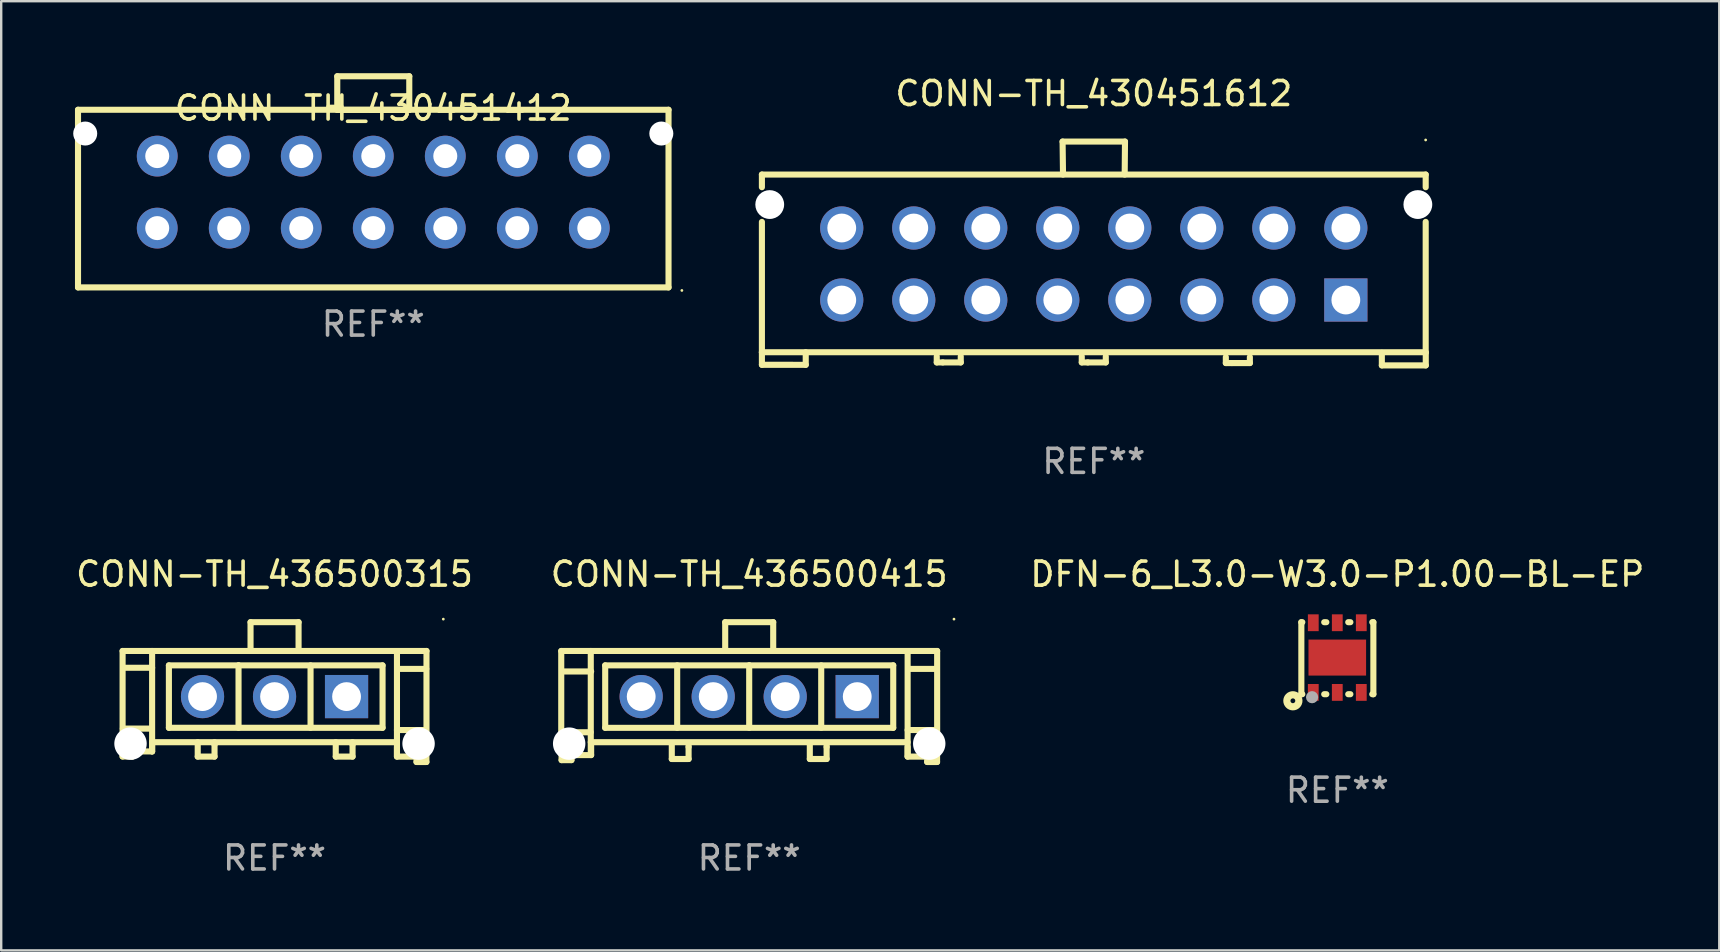
<source format=kicad_pcb>
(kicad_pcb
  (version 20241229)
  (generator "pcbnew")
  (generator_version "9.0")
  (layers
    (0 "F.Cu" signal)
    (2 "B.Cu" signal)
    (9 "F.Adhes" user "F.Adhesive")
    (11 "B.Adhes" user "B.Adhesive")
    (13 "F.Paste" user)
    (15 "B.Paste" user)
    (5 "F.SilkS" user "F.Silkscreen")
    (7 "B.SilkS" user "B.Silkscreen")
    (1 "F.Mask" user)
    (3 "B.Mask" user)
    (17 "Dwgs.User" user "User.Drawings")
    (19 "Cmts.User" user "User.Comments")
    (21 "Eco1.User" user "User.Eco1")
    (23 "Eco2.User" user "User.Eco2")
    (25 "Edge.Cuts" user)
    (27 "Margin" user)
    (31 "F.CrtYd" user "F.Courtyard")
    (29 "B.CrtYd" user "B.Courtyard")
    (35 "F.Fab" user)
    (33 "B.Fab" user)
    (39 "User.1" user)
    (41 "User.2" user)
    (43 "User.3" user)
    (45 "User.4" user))
  (footprint "CONN-TH_430451612"
    (layer "F.Cu")
    (at 42.516 7.948)
    (property "Reference" "CONN-TH_430451612" (at 0.002 -7.1 0) (layer "F.SilkS") (effects (font (size 1 1) (thickness 0.15))))
    (attr through_hole)
    (fp_line (start -13.826 -3.726) (end 13.827 -3.726) (stroke (width 0.254) (type solid)) (layer "F.SilkS"))
    (fp_line (start -13.826 -3.726) (end -13.826 -3.199) (stroke (width 0.254) (type solid)) (layer "F.SilkS"))
    (fp_line (start -13.826 -1.754) (end -13.826 3.676) (stroke (width 0.254) (type solid)) (layer "F.SilkS"))
    (fp_line (start -13.826 3.676) (end -13.826 4.199) (stroke (width 0.254) (type solid)) (layer "F.SilkS"))
    (fp_line (start -13.826 4.199) (end -12 4.2) (stroke (width 0.254) (type solid)) (layer "F.SilkS"))
    (fp_line (start -12 4.2) (end -12 3.676) (stroke (width 0.254) (type solid)) (layer "F.SilkS"))
    (fp_line (start -6.542 3.849) (end -6.542 4.1) (stroke (width 0.254) (type solid)) (layer "F.SilkS"))
    (fp_line (start -6.542 4.1) (end -6.291 4.1) (stroke (width 0.254) (type solid)) (layer "F.SilkS"))
    (fp_line (start -6.291 4.1) (end -5.542 4.1) (stroke (width 0.254) (type solid)) (layer "F.SilkS"))
    (fp_line (start -5.542 4.1) (end -5.542 3.849) (stroke (width 0.254) (type solid)) (layer "F.SilkS"))
    (fp_line (start -1.3 -5.1) (end 1.3 -5.1) (stroke (width 0.254) (type solid)) (layer "F.SilkS"))
    (fp_line (start -1.282 -3.726) (end -1.3 -5.1) (stroke (width 0.254) (type solid)) (layer "F.SilkS"))
    (fp_line (start -0.501 3.849) (end -0.501 4.1) (stroke (width 0.254) (type solid)) (layer "F.SilkS"))
    (fp_line (start -0.501 4.1) (end -0.249 4.1) (stroke (width 0.254) (type solid)) (layer "F.SilkS"))
    (fp_line (start -0.249 4.1) (end 0.5 4.1) (stroke (width 0.254) (type solid)) (layer "F.SilkS"))
    (fp_line (start 0.5 4.1) (end 0.5 3.849) (stroke (width 0.254) (type solid)) (layer "F.SilkS"))
    (fp_line (start 1.3 -5.1) (end 1.287 -3.726) (stroke (width 0.254) (type solid)) (layer "F.SilkS"))
    (fp_line (start 5.501 3.876) (end 5.501 4.127) (stroke (width 0.254) (type solid)) (layer "F.SilkS"))
    (fp_line (start 5.501 4.127) (end 5.752 4.127) (stroke (width 0.254) (type solid)) (layer "F.SilkS"))
    (fp_line (start 5.752 4.127) (end 6.502 4.127) (stroke (width 0.254) (type solid)) (layer "F.SilkS"))
    (fp_line (start 6.502 4.127) (end 6.502 3.876) (stroke (width 0.254) (type solid)) (layer "F.SilkS"))
    (fp_line (start 12 3.7) (end 12 4.224) (stroke (width 0.254) (type solid)) (layer "F.SilkS"))
    (fp_line (start 12 4.224) (end 13.83 4.224) (stroke (width 0.254) (type solid)) (layer "F.SilkS"))
    (fp_line (start 13.827 -3.726) (end 13.827 -3.198) (stroke (width 0.254) (type solid)) (layer "F.SilkS"))
    (fp_line (start 13.827 -1.755) (end 13.827 3.7) (stroke (width 0.254) (type solid)) (layer "F.SilkS"))
    (fp_line (start 13.827 3.676) (end -13.826 3.676) (stroke (width 0.254) (type solid)) (layer "F.SilkS"))
    (fp_line (start 13.83 4.224) (end 13.83 3.7) (stroke (width 0.254) (type solid)) (layer "F.SilkS"))
    (fp_circle (center 13.825 -5.167) (end 13.855 -5.167) (stroke (width 0.06) (type solid)) (fill no) (layer "F.SilkS"))
    (fp_circle (center -13.5 -2.477) (end -13.25 -2.477) (stroke (width 0.5) (type solid)) (fill no) (layer "F.Fab"))
    (fp_circle (center 13.5 -2.477) (end 13.75 -2.477) (stroke (width 0.5) (type solid)) (fill no) (layer "F.Fab"))
    (fp_text user "REF**" (at 0.002 8.224 0) (layer "F.Fab") (effects (font (size 1 1) (thickness 0.15))))
    (pad "" np_thru_hole circle (at -13.5 -2.477) (size 1.2 1.2) (drill 1.2) (layers "*.Cu" "*.Mask"))
    (pad "" np_thru_hole circle (at 13.5 -2.477) (size 1.2 1.2) (drill 1.2) (layers "*.Cu" "*.Mask"))
    (pad "1" thru_hole rect (at 10.5 1.5) (size 1.8 1.8) (drill 1.2) (layers "*.Cu" "*.Mask"))
    (pad "2" thru_hole circle (at 7.5 1.5) (size 1.8 1.8) (drill 1.2) (layers "*.Cu" "*.Mask"))
    (pad "3" thru_hole circle (at 4.5 1.5) (size 1.8 1.8) (drill 1.2) (layers "*.Cu" "*.Mask"))
    (pad "4" thru_hole circle (at 1.5 1.5) (size 1.8 1.8) (drill 1.2) (layers "*.Cu" "*.Mask"))
    (pad "5" thru_hole circle (at -1.5 1.5) (size 1.8 1.8) (drill 1.2) (layers "*.Cu" "*.Mask"))
    (pad "6" thru_hole circle (at -4.5 1.5) (size 1.8 1.8) (drill 1.2) (layers "*.Cu" "*.Mask"))
    (pad "7" thru_hole circle (at -7.5 1.5) (size 1.8 1.8) (drill 1.2) (layers "*.Cu" "*.Mask"))
    (pad "8" thru_hole circle (at -10.5 1.5) (size 1.8 1.8) (drill 1.2) (layers "*.Cu" "*.Mask"))
    (pad "9" thru_hole circle (at 10.5 -1.5) (size 1.8 1.8) (drill 1.2) (layers "*.Cu" "*.Mask"))
    (pad "10" thru_hole circle (at 7.5 -1.5) (size 1.8 1.8) (drill 1.2) (layers "*.Cu" "*.Mask"))
    (pad "11" thru_hole circle (at 4.5 -1.5) (size 1.8 1.8) (drill 1.2) (layers "*.Cu" "*.Mask"))
    (pad "12" thru_hole circle (at 1.5 -1.5) (size 1.8 1.8) (drill 1.2) (layers "*.Cu" "*.Mask"))
    (pad "13" thru_hole circle (at -1.5 -1.5) (size 1.8 1.8) (drill 1.2) (layers "*.Cu" "*.Mask"))
    (pad "14" thru_hole circle (at -4.5 -1.5) (size 1.8 1.8) (drill 1.2) (layers "*.Cu" "*.Mask"))
    (pad "15" thru_hole circle (at -7.5 -1.5) (size 1.8 1.8) (drill 1.2) (layers "*.Cu" "*.Mask"))
    (pad "16" thru_hole circle (at -10.5 -1.5) (size 1.8 1.8) (drill 1.2) (layers "*.Cu" "*.Mask")))
  (footprint "CONN-TH_436500415"
    (layer "F.Cu")
    (at 28.161 25.969)
    (property "Reference" "CONN-TH_436500415" (at -0.000114 -5.1 0) (layer "F.SilkS") (effects (font (size 1 1) (thickness 0.15))))
    (attr through_hole)
    (fp_line (start -7.83 -1.9) (end -7.83 1.86) (stroke (width 0.254) (type solid)) (layer "F.SilkS"))
    (fp_line (start -7.816 2.017) (end -7.816 2.647) (stroke (width 0.254) (type solid)) (layer "F.SilkS"))
    (fp_line (start -7.816 2.647) (end -7.405 2.647) (stroke (width 0.254) (type solid)) (layer "F.SilkS"))
    (fp_line (start -7.815 2.008) (end -7.385 2.437) (stroke (width 0.254) (type solid)) (layer "F.SilkS"))
    (fp_line (start -7.806 1.486) (end -6.605 1.486) (stroke (width 0.254) (type solid)) (layer "F.SilkS"))
    (fp_line (start -7.785 -1.047) (end -6.584 -1.047) (stroke (width 0.254) (type solid)) (layer "F.SilkS"))
    (fp_line (start -7.405 2.647) (end -7.405 2.417) (stroke (width 0.254) (type solid)) (layer "F.SilkS"))
    (fp_line (start -7.385 2.437) (end -6.585 2.437) (stroke (width 0.254) (type solid)) (layer "F.SilkS"))
    (fp_line (start -6.6 -1.9) (end -6.6 2.285) (stroke (width 0.254) (type solid)) (layer "F.SilkS"))
    (fp_line (start -6.6 1.9) (end 6.6 1.9) (stroke (width 0.254) (type solid)) (layer "F.SilkS"))
    (fp_line (start -6.585 2.437) (end -6.585 2.037) (stroke (width 0.254) (type solid)) (layer "F.SilkS"))
    (fp_line (start -5.999 -1.301) (end 0.000102 -1.301) (stroke (width 0.254) (type solid)) (layer "F.SilkS"))
    (fp_line (start -5.999 1.301) (end -5.999 -1.301) (stroke (width 0.254) (type solid)) (layer "F.SilkS"))
    (fp_line (start -3.225 2) (end -3.225 2.6) (stroke (width 0.254) (type solid)) (layer "F.SilkS"))
    (fp_line (start -3.225 2.6) (end -2.525 2.6) (stroke (width 0.254) (type solid)) (layer "F.SilkS"))
    (fp_line (start -3 -1.3) (end -3 1.3) (stroke (width 0.254) (type solid)) (layer "F.SilkS"))
    (fp_line (start -2.525 2.1) (end -2.525 2) (stroke (width 0.254) (type solid)) (layer "F.SilkS"))
    (fp_line (start -2.525 2.6) (end -2.525 2.1) (stroke (width 0.254) (type solid)) (layer "F.SilkS"))
    (fp_line (start -1 -1.9) (end -1 -3.099) (stroke (width 0.254) (type solid)) (layer "F.SilkS"))
    (fp_line (start -1 -3.1) (end 1 -3.1) (stroke (width 0.254) (type solid)) (layer "F.SilkS"))
    (fp_line (start -0.000076 -1.3) (end -0.000076 1.3) (stroke (width 0.254) (type solid)) (layer "F.SilkS"))
    (fp_line (start 0.000102 -1.301) (end 6 -1.301) (stroke (width 0.254) (type solid)) (layer "F.SilkS"))
    (fp_line (start 1 -3.1) (end 1 -1.9) (stroke (width 0.254) (type solid)) (layer "F.SilkS"))
    (fp_line (start 2.525 2) (end 2.525 2.6) (stroke (width 0.254) (type solid)) (layer "F.SilkS"))
    (fp_line (start 2.525 2.6) (end 3.225 2.6) (stroke (width 0.254) (type solid)) (layer "F.SilkS"))
    (fp_line (start 3 -1.3) (end 3 1.3) (stroke (width 0.254) (type solid)) (layer "F.SilkS"))
    (fp_line (start 3.225 2.1) (end 3.225 2) (stroke (width 0.254) (type solid)) (layer "F.SilkS"))
    (fp_line (start 3.225 2.6) (end 3.225 2.1) (stroke (width 0.254) (type solid)) (layer "F.SilkS"))
    (fp_line (start 6 -1.301) (end 6 1.301) (stroke (width 0.254) (type solid)) (layer "F.SilkS"))
    (fp_line (start 6 1.301) (end -5.999 1.301) (stroke (width 0.254) (type solid)) (layer "F.SilkS"))
    (fp_line (start 6.599 1.394) (end 7.8 1.394) (stroke (width 0.254) (type solid)) (layer "F.SilkS"))
    (fp_line (start 6.6 -1.885) (end 6.6 2.485) (stroke (width 0.254) (type solid)) (layer "F.SilkS"))
    (fp_line (start 6.6 2.5) (end 6.6 2.1) (stroke (width 0.254) (type solid)) (layer "F.SilkS"))
    (fp_line (start 6.619 -1.154) (end 7.821 -1.154) (stroke (width 0.254) (type solid)) (layer "F.SilkS"))
    (fp_line (start 7.4 2.5) (end 6.6 2.5) (stroke (width 0.254) (type solid)) (layer "F.SilkS"))
    (fp_line (start 7.415 2.725) (end 7.415 2.495) (stroke (width 0.254) (type solid)) (layer "F.SilkS"))
    (fp_line (start 7.826 2.095) (end 7.826 2.725) (stroke (width 0.254) (type solid)) (layer "F.SilkS"))
    (fp_line (start 7.826 2.725) (end 7.415 2.725) (stroke (width 0.254) (type solid)) (layer "F.SilkS"))
    (fp_line (start 7.83 -1.9) (end -7.83 -1.9) (stroke (width 0.254) (type solid)) (layer "F.SilkS"))
    (fp_line (start 7.83 2.06) (end 7.83 -1.9) (stroke (width 0.254) (type solid)) (layer "F.SilkS"))
    (fp_line (start 7.83 2.07) (end 7.4 2.5) (stroke (width 0.254) (type solid)) (layer "F.SilkS"))
    (fp_circle (center 8.531 -3.227) (end 8.561 -3.227) (stroke (width 0.06) (type solid)) (fill no) (layer "F.SilkS"))
    (fp_text user "REF**" (at -0.000114 6.725 0) (layer "F.Fab") (effects (font (size 1 1) (thickness 0.15))))
    (pad "" np_thru_hole circle (at -7.5 1.96) (size 1.35 1.35) (drill 1.35) (layers "*.Cu" "*.Mask"))
    (pad "" np_thru_hole circle (at 7.5 1.96) (size 1.35 1.35) (drill 1.35) (layers "*.Cu" "*.Mask"))
    (pad "1" thru_hole rect (at 4.5 0) (size 1.8 1.8) (drill 1.2) (layers "*.Cu" "*.Mask"))
    (pad "2" thru_hole circle (at 1.5 0) (size 1.8 1.8) (drill 1.2) (layers "*.Cu" "*.Mask"))
    (pad "3" thru_hole circle (at -1.5 0) (size 1.8 1.8) (drill 1.2) (layers "*.Cu" "*.Mask"))
    (pad "4" thru_hole circle (at -4.5 0) (size 1.8 1.8) (drill 1.2) (layers "*.Cu" "*.Mask")))
  (footprint "CONN-TH_430451412"
    (layer "F.Cu")
    (at 12.5 4.953)
    (property "Reference" "CONN-TH_430451412" (at 0 -3.5 0) (layer "F.SilkS") (effects (font (size 1 1) (thickness 0.15))))
    (attr through_hole)
    (fp_line (start -12.3 -3.43) (end -12.3 3.97) (stroke (width 0.254) (type solid)) (layer "F.SilkS"))
    (fp_line (start -12.3 3.97) (end 12.3 3.97) (stroke (width 0.254) (type solid)) (layer "F.SilkS"))
    (fp_line (start -1.5 -4.826) (end -1.5 -3.426) (stroke (width 0.254) (type solid)) (layer "F.SilkS"))
    (fp_line (start -1.5 -3.426) (end 1.5 -3.426) (stroke (width 0.254) (type solid)) (layer "F.SilkS"))
    (fp_line (start 1.5 -4.826) (end -1.5 -4.826) (stroke (width 0.254) (type solid)) (layer "F.SilkS"))
    (fp_line (start 1.5 -3.426) (end 1.5 -4.826) (stroke (width 0.254) (type solid)) (layer "F.SilkS"))
    (fp_line (start 12.3 -3.43) (end -12.3 -3.43) (stroke (width 0.254) (type solid)) (layer "F.SilkS"))
    (fp_line (start 12.3 3.97) (end 12.3 -3.43) (stroke (width 0.254) (type solid)) (layer "F.SilkS"))
    (fp_circle (center 12.856 4.097) (end 12.886 4.097) (stroke (width 0.06) (type solid)) (fill no) (layer "F.SilkS"))
    (fp_text user "REF**" (at 0 5.5 0) (layer "F.Fab") (effects (font (size 1 1) (thickness 0.15))))
    (pad "" np_thru_hole circle (at -12 -2.44) (size 1 1) (drill 1) (layers "*.Cu" "*.Mask"))
    (pad "" np_thru_hole circle (at 12 -2.44) (size 1 1) (drill 1) (layers "*.Cu" "*.Mask"))
    (pad "1" thru_hole circle (at 9 1.5) (size 1.7 1.7) (drill 1) (layers "*.Cu" "*.Mask"))
    (pad "2" thru_hole circle (at 6 1.5) (size 1.7 1.7) (drill 1) (layers "*.Cu" "*.Mask"))
    (pad "3" thru_hole circle (at 3 1.5) (size 1.7 1.7) (drill 1) (layers "*.Cu" "*.Mask"))
    (pad "4" thru_hole circle (at 0 1.5) (size 1.7 1.7) (drill 1) (layers "*.Cu" "*.Mask"))
    (pad "5" thru_hole circle (at -3 1.5) (size 1.7 1.7) (drill 1) (layers "*.Cu" "*.Mask"))
    (pad "6" thru_hole circle (at -6 1.5) (size 1.7 1.7) (drill 1) (layers "*.Cu" "*.Mask"))
    (pad "7" thru_hole circle (at -9 1.5) (size 1.7 1.7) (drill 1) (layers "*.Cu" "*.Mask"))
    (pad "8" thru_hole circle (at 9 -1.5) (size 1.7 1.7) (drill 1) (layers "*.Cu" "*.Mask"))
    (pad "9" thru_hole circle (at 6 -1.5) (size 1.7 1.7) (drill 1) (layers "*.Cu" "*.Mask"))
    (pad "10" thru_hole circle (at 3 -1.5) (size 1.7 1.7) (drill 1) (layers "*.Cu" "*.Mask"))
    (pad "11" thru_hole circle (at 0 -1.5) (size 1.7 1.7) (drill 1) (layers "*.Cu" "*.Mask"))
    (pad "12" thru_hole circle (at -3 -1.5) (size 1.7 1.7) (drill 1) (layers "*.Cu" "*.Mask"))
    (pad "13" thru_hole circle (at -6 -1.5) (size 1.7 1.7) (drill 1) (layers "*.Cu" "*.Mask"))
    (pad "14" thru_hole circle (at -9 -1.5) (size 1.7 1.7) (drill 1) (layers "*.Cu" "*.Mask")))
  (footprint "DFN-6_L3.0-W3.0-P1.00-BL-EP"
    (layer "F.Cu")
    (at 52.66 24.344)
    (property "Reference" "DFN-6_L3.0-W3.0-P1.00-BL-EP" (at 0.002 -3.474 0) (layer "F.SilkS") (effects (font (size 1 1) (thickness 0.15))))
    (attr through_hole)
    (fp_line (start -1.5 -1.474) (end -1.457 -1.474) (stroke (width 0.254) (type solid)) (layer "F.SilkS"))
    (fp_line (start -1.5 1.526) (end -1.457 1.526) (stroke (width 0.254) (type solid)) (layer "F.SilkS"))
    (fp_line (start -1.497 1.527) (end -1.497 -1.473) (stroke (width 0.254) (type solid)) (layer "F.SilkS"))
    (fp_line (start -0.545 -1.474) (end -0.456 -1.474) (stroke (width 0.254) (type solid)) (layer "F.SilkS"))
    (fp_line (start -0.545 1.526) (end -0.456 1.526) (stroke (width 0.254) (type solid)) (layer "F.SilkS"))
    (fp_line (start 0.456 -1.474) (end 0.545 -1.474) (stroke (width 0.254) (type solid)) (layer "F.SilkS"))
    (fp_line (start 0.456 1.526) (end 0.545 1.526) (stroke (width 0.254) (type solid)) (layer "F.SilkS"))
    (fp_line (start 1.457 -1.474) (end 1.503 -1.474) (stroke (width 0.254) (type solid)) (layer "F.SilkS"))
    (fp_line (start 1.457 1.526) (end 1.503 1.526) (stroke (width 0.254) (type solid)) (layer "F.SilkS"))
    (fp_line (start 1.503 1.527) (end 1.503 -1.473) (stroke (width 0.254) (type solid)) (layer "F.SilkS"))
    (fp_circle (center -1.85 1.8) (end -1.75 1.8) (stroke (width 0.3) (type solid)) (fill no) (layer "F.SilkS"))
    (fp_circle (center -1.5 1.5) (end -1.47 1.5) (stroke (width 0.06) (type solid)) (fill no) (layer "F.SilkS"))
    (fp_circle (center -1.05 1.65) (end -0.923 1.65) (stroke (width 0.254) (type solid)) (fill no) (layer "F.Fab"))
    (fp_text user "REF**" (at 0.002 5.527 0) (layer "F.Fab") (effects (font (size 1 1) (thickness 0.15))))
    (pad "1" smd rect (at -1 1.451) (size 0.45 0.701) (layers "F.Cu" "F.Mask" "F.Paste"))
    (pad "2" smd rect (at 0 1.451) (size 0.45 0.701) (layers "F.Cu" "F.Mask" "F.Paste"))
    (pad "3" smd rect (at 1 1.451) (size 0.45 0.701) (layers "F.Cu" "F.Mask" "F.Paste"))
    (pad "4" smd rect (at 1 -1.451) (size 0.45 0.701) (layers "F.Cu" "F.Mask" "F.Paste"))
    (pad "5" smd rect (at 0 -1.451) (size 0.45 0.701) (layers "F.Cu" "F.Mask" "F.Paste"))
    (pad "6" smd rect (at -1 -1.451) (size 0.45 0.701) (layers "F.Cu" "F.Mask" "F.Paste"))
    (pad "7" smd rect (at 0 0) (size 2.4 1.5) (layers "F.Cu" "F.Mask" "F.Paste")))
  (footprint "CONN-TH_436500315"
    (layer "F.Cu")
    (at 8.387 25.969)
    (property "Reference" "CONN-TH_436500315" (at -0.001 -5.1 0) (layer "F.SilkS") (effects (font (size 1 1) (thickness 0.15))))
    (attr through_hole)
    (fp_line (start -6.331 1.865) (end -6.331 2.495) (stroke (width 0.254) (type solid)) (layer "F.SilkS"))
    (fp_line (start -6.331 2.495) (end -5.92 2.495) (stroke (width 0.254) (type solid)) (layer "F.SilkS"))
    (fp_line (start -6.33 -1.9) (end -6.33 1.86) (stroke (width 0.254) (type solid)) (layer "F.SilkS"))
    (fp_line (start -6.33 1.855) (end -5.9 2.285) (stroke (width 0.254) (type solid)) (layer "F.SilkS"))
    (fp_line (start -6.321 1.334) (end -5.12 1.334) (stroke (width 0.254) (type solid)) (layer "F.SilkS"))
    (fp_line (start -6.3 -1.2) (end -5.099 -1.2) (stroke (width 0.254) (type solid)) (layer "F.SilkS"))
    (fp_line (start -5.92 2.495) (end -5.92 2.265) (stroke (width 0.254) (type solid)) (layer "F.SilkS"))
    (fp_line (start -5.9 2.285) (end -5.1 2.285) (stroke (width 0.254) (type solid)) (layer "F.SilkS"))
    (fp_line (start -5.1 -1.9) (end -5.1 2.285) (stroke (width 0.254) (type solid)) (layer "F.SilkS"))
    (fp_line (start -5.1 1.9) (end 5.1 1.9) (stroke (width 0.254) (type solid)) (layer "F.SilkS"))
    (fp_line (start -5.1 2.285) (end -5.1 1.885) (stroke (width 0.254) (type solid)) (layer "F.SilkS"))
    (fp_line (start -4.401 -1.3) (end -1.5 -1.3) (stroke (width 0.254) (type solid)) (layer "F.SilkS"))
    (fp_line (start -4.401 1.3) (end -4.401 -1.3) (stroke (width 0.254) (type solid)) (layer "F.SilkS"))
    (fp_line (start -3.2 1.9) (end -3.2 2.5) (stroke (width 0.254) (type solid)) (layer "F.SilkS"))
    (fp_line (start -3.2 2.5) (end -2.5 2.5) (stroke (width 0.254) (type solid)) (layer "F.SilkS"))
    (fp_line (start -2.5 2) (end -2.5 1.9) (stroke (width 0.254) (type solid)) (layer "F.SilkS"))
    (fp_line (start -2.5 2.5) (end -2.5 2) (stroke (width 0.254) (type solid)) (layer "F.SilkS"))
    (fp_line (start -1.5 -1.3) (end -1.5 1.3) (stroke (width 0.254) (type solid)) (layer "F.SilkS"))
    (fp_line (start -1.5 -1.3) (end 4.5 -1.3) (stroke (width 0.254) (type solid)) (layer "F.SilkS"))
    (fp_line (start -1 -1.9) (end -1 -3.099) (stroke (width 0.254) (type solid)) (layer "F.SilkS"))
    (fp_line (start -0.999 -3.1) (end 1.001 -3.1) (stroke (width 0.254) (type solid)) (layer "F.SilkS"))
    (fp_line (start 1.001 -3.1) (end 1.001 -1.9) (stroke (width 0.254) (type solid)) (layer "F.SilkS"))
    (fp_line (start 1.5 -1.3) (end 1.5 1.3) (stroke (width 0.254) (type solid)) (layer "F.SilkS"))
    (fp_line (start 2.55 1.9) (end 2.55 2.5) (stroke (width 0.254) (type solid)) (layer "F.SilkS"))
    (fp_line (start 2.55 2.5) (end 3.25 2.5) (stroke (width 0.254) (type solid)) (layer "F.SilkS"))
    (fp_line (start 3.25 2) (end 3.25 1.9) (stroke (width 0.254) (type solid)) (layer "F.SilkS"))
    (fp_line (start 3.25 2.5) (end 3.25 2) (stroke (width 0.254) (type solid)) (layer "F.SilkS"))
    (fp_line (start 4.5 -1.3) (end 4.5 1.3) (stroke (width 0.254) (type solid)) (layer "F.SilkS"))
    (fp_line (start 4.5 1.3) (end -4.401 1.3) (stroke (width 0.254) (type solid)) (layer "F.SilkS"))
    (fp_line (start 5.099 1.394) (end 6.301 1.394) (stroke (width 0.254) (type solid)) (layer "F.SilkS"))
    (fp_line (start 5.1 2.5) (end 5.1 2.1) (stroke (width 0.254) (type solid)) (layer "F.SilkS"))
    (fp_line (start 5.1 -1.885) (end 5.1 2.485) (stroke (width 0.254) (type solid)) (layer "F.SilkS"))
    (fp_line (start 5.119 -1.154) (end 6.321 -1.154) (stroke (width 0.254) (type solid)) (layer "F.SilkS"))
    (fp_line (start 5.9 2.5) (end 5.1 2.5) (stroke (width 0.254) (type solid)) (layer "F.SilkS"))
    (fp_line (start 5.915 2.725) (end 5.915 2.495) (stroke (width 0.254) (type solid)) (layer "F.SilkS"))
    (fp_line (start 6.326 2.095) (end 6.326 2.725) (stroke (width 0.254) (type solid)) (layer "F.SilkS"))
    (fp_line (start 6.326 2.725) (end 5.915 2.725) (stroke (width 0.254) (type solid)) (layer "F.SilkS"))
    (fp_line (start 6.33 -1.9) (end -6.33 -1.9) (stroke (width 0.254) (type solid)) (layer "F.SilkS"))
    (fp_line (start 6.33 2.06) (end 6.33 -1.9) (stroke (width 0.254) (type solid)) (layer "F.SilkS"))
    (fp_line (start 6.33 2.07) (end 5.9 2.5) (stroke (width 0.254) (type solid)) (layer "F.SilkS"))
    (fp_circle (center 7.031 -3.227) (end 7.061 -3.227) (stroke (width 0.06) (type solid)) (fill no) (layer "F.SilkS"))
    (fp_text user "REF**" (at -0.001 6.725 0) (layer "F.Fab") (effects (font (size 1 1) (thickness 0.15))))
    (pad "" np_thru_hole circle (at -6 1.96) (size 1.35 1.35) (drill 1.35) (layers "*.Cu" "*.Mask"))
    (pad "" np_thru_hole circle (at 6 1.96) (size 1.35 1.35) (drill 1.35) (layers "*.Cu" "*.Mask"))
    (pad "1" thru_hole rect (at 3 0) (size 1.8 1.8) (drill 1.2) (layers "*.Cu" "*.Mask"))
    (pad "2" thru_hole circle (at 0.000051 0) (size 1.8 1.8) (drill 1.2) (layers "*.Cu" "*.Mask"))
    (pad "3" thru_hole circle (at -3 0) (size 1.8 1.8) (drill 1.2) (layers "*.Cu" "*.Mask")))
  (gr_rect
    (start -3 -3)
    (end 68.573 36.543)
    (stroke (width 0.1) (type default))
    (fill no)
    (layer "Edge.Cuts")))
</source>
